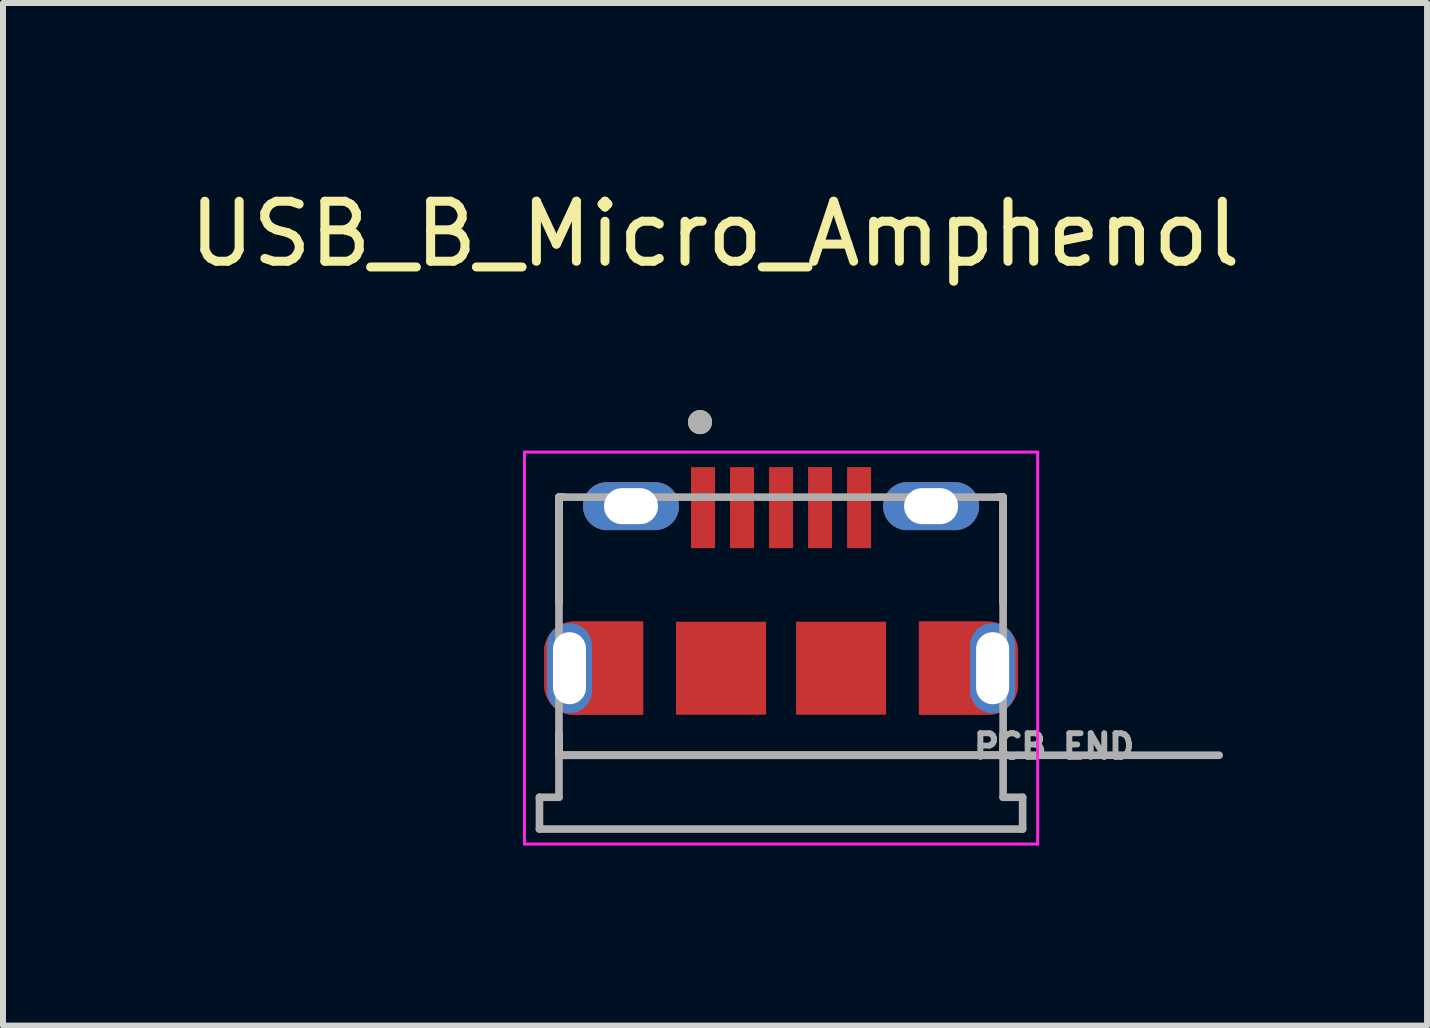
<source format=kicad_pcb>
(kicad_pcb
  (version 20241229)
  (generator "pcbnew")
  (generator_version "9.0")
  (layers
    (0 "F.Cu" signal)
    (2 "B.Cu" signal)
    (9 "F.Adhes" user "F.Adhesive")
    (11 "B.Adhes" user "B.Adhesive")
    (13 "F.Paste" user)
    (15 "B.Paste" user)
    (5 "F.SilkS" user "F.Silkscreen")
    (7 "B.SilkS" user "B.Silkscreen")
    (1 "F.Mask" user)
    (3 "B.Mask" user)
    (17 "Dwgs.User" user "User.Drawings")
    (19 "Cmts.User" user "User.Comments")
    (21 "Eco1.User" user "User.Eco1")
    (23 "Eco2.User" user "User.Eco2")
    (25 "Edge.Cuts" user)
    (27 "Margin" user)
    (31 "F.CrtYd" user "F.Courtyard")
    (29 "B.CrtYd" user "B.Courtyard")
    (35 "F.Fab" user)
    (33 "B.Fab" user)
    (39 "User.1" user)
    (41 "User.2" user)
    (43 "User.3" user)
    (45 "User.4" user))
  (footprint "USB_B_Micro_Amphenol"
    (layer "F.Cu")
    (at 9.963 8.083)
    (property "Reference" "USB_B_Micro_Amphenol" (at -1.1 -7.235 0) (layer "F.SilkS") (effects (font (size 1 1) (thickness 0.15))))
    (attr smd)
    (fp_poly (pts (xy -2.3 -0.775) (xy -2.3 0.775) (xy -3.445 0.775) (xy -3.471 0.774) (xy -3.497 0.772) (xy -3.523 0.769) (xy -3.549 0.764) (xy -3.574 0.758) (xy -3.6 0.751) (xy -3.624 0.742) (xy -3.648 0.732) (xy -3.672 0.721) (xy -3.695 0.708) (xy -3.717 0.694) (xy -3.739 0.68) (xy -3.76 0.664) (xy -3.78 0.647) (xy -3.799 0.629) (xy -3.817 0.61) (xy -3.834 0.59) (xy -3.85 0.569) (xy -3.864 0.547) (xy -3.878 0.525) (xy -3.891 0.502) (xy -3.902 0.478) (xy -3.912 0.454) (xy -3.921 0.43) (xy -3.928 0.404) (xy -3.934 0.379) (xy -3.939 0.353) (xy -3.942 0.327) (xy -3.944 0.301) (xy -3.945 0.275) (xy -3.945 -0.275) (xy -3.944 -0.301) (xy -3.942 -0.327) (xy -3.939 -0.353) (xy -3.934 -0.379) (xy -3.928 -0.404) (xy -3.921 -0.43) (xy -3.912 -0.454) (xy -3.902 -0.478) (xy -3.891 -0.502) (xy -3.878 -0.525) (xy -3.864 -0.547) (xy -3.85 -0.569) (xy -3.834 -0.59) (xy -3.817 -0.61) (xy -3.799 -0.629) (xy -3.78 -0.647) (xy -3.76 -0.664) (xy -3.739 -0.68) (xy -3.717 -0.694) (xy -3.695 -0.708) (xy -3.672 -0.721) (xy -3.648 -0.732) (xy -3.624 -0.742) (xy -3.6 -0.751) (xy -3.574 -0.758) (xy -3.549 -0.764) (xy -3.523 -0.769) (xy -3.497 -0.772) (xy -3.471 -0.774) (xy -3.445 -0.775) (xy -2.3 -0.775)) (stroke (width 0.01) (type solid)) (fill yes) (layer "F.Cu"))
    (fp_poly (pts (xy 2.3 -0.775) (xy 2.3 0.775) (xy 3.445 0.775) (xy 3.471 0.774) (xy 3.497 0.772) (xy 3.523 0.769) (xy 3.549 0.764) (xy 3.574 0.758) (xy 3.6 0.751) (xy 3.624 0.742) (xy 3.648 0.732) (xy 3.672 0.721) (xy 3.695 0.708) (xy 3.717 0.694) (xy 3.739 0.68) (xy 3.76 0.664) (xy 3.78 0.647) (xy 3.799 0.629) (xy 3.817 0.61) (xy 3.834 0.59) (xy 3.85 0.569) (xy 3.864 0.547) (xy 3.878 0.525) (xy 3.891 0.502) (xy 3.902 0.478) (xy 3.912 0.454) (xy 3.921 0.43) (xy 3.928 0.404) (xy 3.934 0.379) (xy 3.939 0.353) (xy 3.942 0.327) (xy 3.944 0.301) (xy 3.945 0.275) (xy 3.945 -0.275) (xy 3.944 -0.301) (xy 3.942 -0.327) (xy 3.939 -0.353) (xy 3.934 -0.379) (xy 3.928 -0.404) (xy 3.921 -0.43) (xy 3.912 -0.454) (xy 3.902 -0.478) (xy 3.891 -0.502) (xy 3.878 -0.525) (xy 3.864 -0.547) (xy 3.85 -0.569) (xy 3.834 -0.59) (xy 3.817 -0.61) (xy 3.799 -0.629) (xy 3.78 -0.647) (xy 3.76 -0.664) (xy 3.739 -0.68) (xy 3.717 -0.694) (xy 3.695 -0.708) (xy 3.672 -0.721) (xy 3.648 -0.732) (xy 3.624 -0.742) (xy 3.6 -0.751) (xy 3.574 -0.758) (xy 3.549 -0.764) (xy 3.523 -0.769) (xy 3.497 -0.772) (xy 3.471 -0.774) (xy 3.445 -0.775) (xy 2.3 -0.775)) (stroke (width 0.01) (type solid)) (fill yes) (layer "F.Cu"))
    (fp_poly (pts (xy -2.2 0.875) (xy -3.545 0.875) (xy -3.571 0.874) (xy -3.597 0.872) (xy -3.623 0.869) (xy -3.649 0.864) (xy -3.674 0.858) (xy -3.7 0.851) (xy -3.724 0.842) (xy -3.748 0.832) (xy -3.772 0.821) (xy -3.795 0.808) (xy -3.817 0.794) (xy -3.839 0.78) (xy -3.86 0.764) (xy -3.88 0.747) (xy -3.899 0.729) (xy -3.917 0.71) (xy -3.934 0.69) (xy -3.95 0.669) (xy -3.964 0.647) (xy -3.978 0.625) (xy -3.991 0.602) (xy -4.002 0.578) (xy -4.012 0.554) (xy -4.021 0.53) (xy -4.028 0.504) (xy -4.034 0.479) (xy -4.039 0.453) (xy -4.042 0.427) (xy -4.044 0.401) (xy -4.045 0.375) (xy -4.045 -0.375) (xy -4.044 -0.401) (xy -4.042 -0.427) (xy -4.039 -0.453) (xy -4.034 -0.479) (xy -4.028 -0.504) (xy -4.021 -0.53) (xy -4.012 -0.554) (xy -4.002 -0.578) (xy -3.991 -0.602) (xy -3.978 -0.625) (xy -3.964 -0.647) (xy -3.95 -0.669) (xy -3.934 -0.69) (xy -3.917 -0.71) (xy -3.899 -0.729) (xy -3.88 -0.747) (xy -3.86 -0.764) (xy -3.839 -0.78) (xy -3.817 -0.794) (xy -3.795 -0.808) (xy -3.772 -0.821) (xy -3.748 -0.832) (xy -3.724 -0.842) (xy -3.7 -0.851) (xy -3.674 -0.858) (xy -3.649 -0.864) (xy -3.623 -0.869) (xy -3.597 -0.872) (xy -3.571 -0.874) (xy -3.545 -0.875) (xy -2.2 -0.875) (xy -2.2 0.875)) (stroke (width 0.01) (type solid)) (fill yes) (layer "F.Mask"))
    (fp_poly (pts (xy 2.2 -0.875) (xy 3.545 -0.875) (xy 3.571 -0.874) (xy 3.597 -0.872) (xy 3.623 -0.869) (xy 3.649 -0.864) (xy 3.674 -0.858) (xy 3.7 -0.851) (xy 3.724 -0.842) (xy 3.748 -0.832) (xy 3.772 -0.821) (xy 3.795 -0.808) (xy 3.817 -0.794) (xy 3.839 -0.78) (xy 3.86 -0.764) (xy 3.88 -0.747) (xy 3.899 -0.729) (xy 3.917 -0.71) (xy 3.934 -0.69) (xy 3.95 -0.669) (xy 3.964 -0.647) (xy 3.978 -0.625) (xy 3.991 -0.602) (xy 4.002 -0.578) (xy 4.012 -0.554) (xy 4.021 -0.53) (xy 4.028 -0.504) (xy 4.034 -0.479) (xy 4.039 -0.453) (xy 4.042 -0.427) (xy 4.044 -0.401) (xy 4.045 -0.375) (xy 4.045 0.375) (xy 4.044 0.401) (xy 4.042 0.427) (xy 4.039 0.453) (xy 4.034 0.479) (xy 4.028 0.504) (xy 4.021 0.53) (xy 4.012 0.554) (xy 4.002 0.578) (xy 3.991 0.602) (xy 3.978 0.625) (xy 3.964 0.647) (xy 3.95 0.669) (xy 3.934 0.69) (xy 3.917 0.71) (xy 3.899 0.729) (xy 3.88 0.747) (xy 3.86 0.764) (xy 3.839 0.78) (xy 3.817 0.794) (xy 3.795 0.808) (xy 3.772 0.821) (xy 3.748 0.832) (xy 3.724 0.842) (xy 3.7 0.851) (xy 3.674 0.858) (xy 3.649 0.864) (xy 3.623 0.869) (xy 3.597 0.872) (xy 3.571 0.874) (xy 3.545 0.875) (xy 2.2 0.875) (xy 2.2 -0.875)) (stroke (width 0.01) (type solid)) (fill yes) (layer "F.Mask"))
    (fp_line (start -3.7 -2.85) (end -3.7 -1.095) (stroke (width 0.127) (type solid)) (layer "F.SilkS"))
    (fp_line (start -3.7 -2.85) (end -3.62 -2.85) (stroke (width 0.127) (type solid)) (layer "F.SilkS"))
    (fp_line (start -3.7 1.45) (end -3.7 1.095) (stroke (width 0.127) (type solid)) (layer "F.SilkS"))
    (fp_line (start -3.7 1.45) (end 3.7 1.45) (stroke (width 0.127) (type solid)) (layer "F.SilkS"))
    (fp_line (start 3.62 -2.85) (end 3.7 -2.85) (stroke (width 0.127) (type solid)) (layer "F.SilkS"))
    (fp_line (start 3.7 -1.095) (end 3.7 -2.85) (stroke (width 0.127) (type solid)) (layer "F.SilkS"))
    (fp_line (start 3.7 1.45) (end 3.7 1.095) (stroke (width 0.127) (type solid)) (layer "F.SilkS"))
    (fp_circle (center -1.35 -4.1) (end -1.25 -4.1) (stroke (width 0.2) (type solid)) (fill no) (layer "F.SilkS"))
    (fp_poly (pts (xy -2.3 -0.775) (xy -2.3 0.775) (xy -3.445 0.775) (xy -3.471 0.774) (xy -3.497 0.772) (xy -3.523 0.769) (xy -3.549 0.764) (xy -3.574 0.758) (xy -3.6 0.751) (xy -3.624 0.742) (xy -3.648 0.732) (xy -3.672 0.721) (xy -3.695 0.708) (xy -3.717 0.694) (xy -3.739 0.68) (xy -3.76 0.664) (xy -3.78 0.647) (xy -3.799 0.629) (xy -3.817 0.61) (xy -3.834 0.59) (xy -3.85 0.569) (xy -3.864 0.547) (xy -3.878 0.525) (xy -3.891 0.502) (xy -3.902 0.478) (xy -3.912 0.454) (xy -3.921 0.43) (xy -3.928 0.404) (xy -3.934 0.379) (xy -3.939 0.353) (xy -3.942 0.327) (xy -3.944 0.301) (xy -3.945 0.275) (xy -3.945 -0.275) (xy -3.944 -0.301) (xy -3.942 -0.327) (xy -3.939 -0.353) (xy -3.934 -0.379) (xy -3.928 -0.404) (xy -3.921 -0.43) (xy -3.912 -0.454) (xy -3.902 -0.478) (xy -3.891 -0.502) (xy -3.878 -0.525) (xy -3.864 -0.547) (xy -3.85 -0.569) (xy -3.834 -0.59) (xy -3.817 -0.61) (xy -3.799 -0.629) (xy -3.78 -0.647) (xy -3.76 -0.664) (xy -3.739 -0.68) (xy -3.717 -0.694) (xy -3.695 -0.708) (xy -3.672 -0.721) (xy -3.648 -0.732) (xy -3.624 -0.742) (xy -3.6 -0.751) (xy -3.574 -0.758) (xy -3.549 -0.764) (xy -3.523 -0.769) (xy -3.497 -0.772) (xy -3.471 -0.774) (xy -3.445 -0.775) (xy -2.3 -0.775)) (stroke (width 0.01) (type solid)) (fill yes) (layer "F.Paste"))
    (fp_poly (pts (xy 2.3 -0.775) (xy 2.3 0.775) (xy 3.445 0.775) (xy 3.471 0.774) (xy 3.497 0.772) (xy 3.523 0.769) (xy 3.549 0.764) (xy 3.574 0.758) (xy 3.6 0.751) (xy 3.624 0.742) (xy 3.648 0.732) (xy 3.672 0.721) (xy 3.695 0.708) (xy 3.717 0.694) (xy 3.739 0.68) (xy 3.76 0.664) (xy 3.78 0.647) (xy 3.799 0.629) (xy 3.817 0.61) (xy 3.834 0.59) (xy 3.85 0.569) (xy 3.864 0.547) (xy 3.878 0.525) (xy 3.891 0.502) (xy 3.902 0.478) (xy 3.912 0.454) (xy 3.921 0.43) (xy 3.928 0.404) (xy 3.934 0.379) (xy 3.939 0.353) (xy 3.942 0.327) (xy 3.944 0.301) (xy 3.945 0.275) (xy 3.945 -0.275) (xy 3.944 -0.301) (xy 3.942 -0.327) (xy 3.939 -0.353) (xy 3.934 -0.379) (xy 3.928 -0.404) (xy 3.921 -0.43) (xy 3.912 -0.454) (xy 3.902 -0.478) (xy 3.891 -0.502) (xy 3.878 -0.525) (xy 3.864 -0.547) (xy 3.85 -0.569) (xy 3.834 -0.59) (xy 3.817 -0.61) (xy 3.799 -0.629) (xy 3.78 -0.647) (xy 3.76 -0.664) (xy 3.739 -0.68) (xy 3.717 -0.694) (xy 3.695 -0.708) (xy 3.672 -0.721) (xy 3.648 -0.732) (xy 3.624 -0.742) (xy 3.6 -0.751) (xy 3.574 -0.758) (xy 3.549 -0.764) (xy 3.523 -0.769) (xy 3.497 -0.772) (xy 3.471 -0.774) (xy 3.445 -0.775) (xy 2.3 -0.775)) (stroke (width 0.01) (type solid)) (fill yes) (layer "F.Paste"))
    (fp_line (start -4.275 -3.6) (end -4.275 2.93) (stroke (width 0.05) (type solid)) (layer "F.CrtYd"))
    (fp_line (start -4.275 2.93) (end 4.275 2.93) (stroke (width 0.05) (type solid)) (layer "F.CrtYd"))
    (fp_line (start 4.275 -3.6) (end -4.275 -3.6) (stroke (width 0.05) (type solid)) (layer "F.CrtYd"))
    (fp_line (start 4.275 2.93) (end 4.275 -3.6) (stroke (width 0.05) (type solid)) (layer "F.CrtYd"))
    (fp_line (start -4.025 2.15) (end -4.025 2.68) (stroke (width 0.127) (type solid)) (layer "F.Fab"))
    (fp_line (start -4.025 2.68) (end 4.025 2.68) (stroke (width 0.127) (type solid)) (layer "F.Fab"))
    (fp_line (start -3.7 -2.85) (end -3.7 1.45) (stroke (width 0.127) (type solid)) (layer "F.Fab"))
    (fp_line (start -3.7 -2.85) (end 3.7 -2.85) (stroke (width 0.127) (type solid)) (layer "F.Fab"))
    (fp_line (start -3.7 1.45) (end -3.7 2.15) (stroke (width 0.127) (type solid)) (layer "F.Fab"))
    (fp_line (start -3.7 1.45) (end 3.7 1.45) (stroke (width 0.127) (type solid)) (layer "F.Fab"))
    (fp_line (start -3.7 2.15) (end -4.025 2.15) (stroke (width 0.127) (type solid)) (layer "F.Fab"))
    (fp_line (start 3.7 1.45) (end 3.7 -2.85) (stroke (width 0.127) (type solid)) (layer "F.Fab"))
    (fp_line (start 3.7 1.45) (end 7.3 1.45) (stroke (width 0.127) (type solid)) (layer "F.Fab"))
    (fp_line (start 3.7 2.15) (end 3.7 1.45) (stroke (width 0.127) (type solid)) (layer "F.Fab"))
    (fp_line (start 4.025 2.15) (end 3.7 2.15) (stroke (width 0.127) (type solid)) (layer "F.Fab"))
    (fp_line (start 4.025 2.68) (end 4.025 2.15) (stroke (width 0.127) (type solid)) (layer "F.Fab"))
    (fp_circle (center -1.35 -4.1) (end -1.25 -4.1) (stroke (width 0.2) (type solid)) (fill no) (layer "F.Fab"))
    (fp_text user "PCB END" (at 4.55 1.3 0) (layer "F.Fab") (effects (font (size 0.394 0.394) (thickness 0.15))))
    (pad "1" smd rect (at -1.3 -2.675) (size 0.4 1.35) (layers "F.Cu" "F.Mask" "F.Paste"))
    (pad "2" smd rect (at -0.65 -2.675) (size 0.4 1.35) (layers "F.Cu" "F.Mask" "F.Paste"))
    (pad "3" smd rect (at 0 -2.675) (size 0.4 1.35) (layers "F.Cu" "F.Mask" "F.Paste"))
    (pad "4" smd rect (at 0.65 -2.675) (size 0.4 1.35) (layers "F.Cu" "F.Mask" "F.Paste"))
    (pad "5" smd rect (at 1.3 -2.675) (size 0.4 1.35) (layers "F.Cu" "F.Mask" "F.Paste"))
    (pad "S1" thru_hole oval (at -2.5 -2.7) (size 1.6 0.8) (drill oval 0.9 0.6) (layers "*.Cu" "*.Mask"))
    (pad "S2" thru_hole oval (at 2.5 -2.7) (size 1.6 0.8) (drill oval 0.9 0.6) (layers "*.Cu" "*.Mask"))
    (pad "S3" thru_hole oval (at -3.525 0) (size 0.75 1.5) (drill oval 0.55 1.2) (layers "*.Cu" "*.Mask"))
    (pad "S4" smd rect (at -1 0) (size 1.5 1.55) (layers "F.Cu" "F.Mask" "F.Paste"))
    (pad "S5" smd rect (at 1 0) (size 1.5 1.55) (layers "F.Cu" "F.Mask" "F.Paste"))
    (pad "S6" thru_hole oval (at 3.525 0) (size 0.75 1.5) (drill oval 0.55 1.2) (layers "*.Cu" "*.Mask")))
  (gr_rect
    (start -3 -3)
    (end 20.726 14.038)
    (stroke (width 0.1) (type default))
    (fill no)
    (layer "Edge.Cuts")))
</source>
